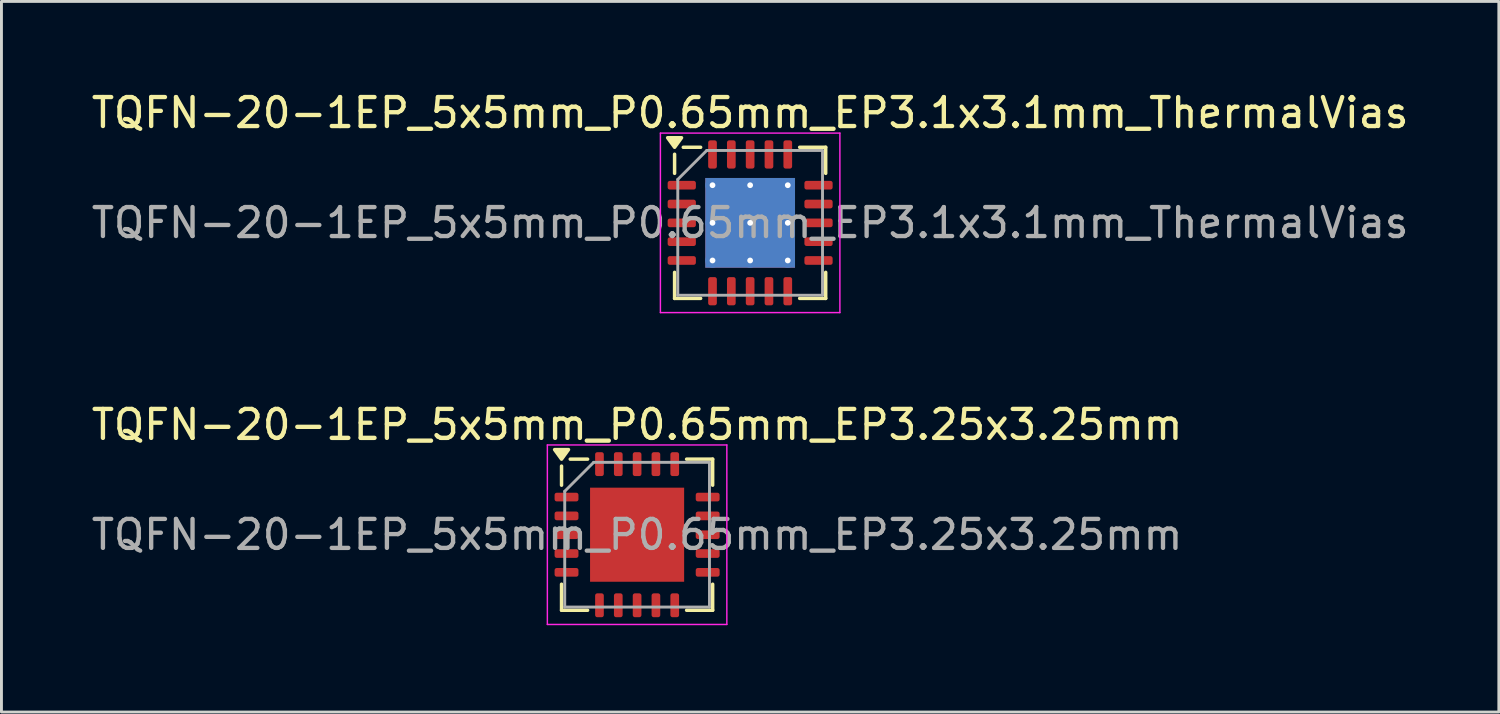
<source format=kicad_pcb>
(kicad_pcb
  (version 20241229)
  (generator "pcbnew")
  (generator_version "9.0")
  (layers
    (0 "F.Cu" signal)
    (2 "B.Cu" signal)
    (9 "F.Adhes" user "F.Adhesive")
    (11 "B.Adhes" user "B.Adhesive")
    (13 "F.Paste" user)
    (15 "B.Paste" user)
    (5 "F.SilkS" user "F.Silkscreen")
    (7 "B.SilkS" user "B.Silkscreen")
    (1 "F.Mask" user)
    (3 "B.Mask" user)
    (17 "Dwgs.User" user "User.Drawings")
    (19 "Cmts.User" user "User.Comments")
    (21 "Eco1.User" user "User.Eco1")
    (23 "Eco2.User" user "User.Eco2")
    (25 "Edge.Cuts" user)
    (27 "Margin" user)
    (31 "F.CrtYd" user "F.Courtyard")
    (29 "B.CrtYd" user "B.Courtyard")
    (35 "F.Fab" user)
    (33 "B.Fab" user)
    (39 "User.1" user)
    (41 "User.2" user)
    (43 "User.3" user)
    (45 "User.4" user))
  (footprint "TQFN-20-1EP_5x5mm_P0.65mm_EP3.1x3.1mm_ThermalVias"
    (layer "F.Cu")
    (at 22.863 4.648)
    (property "Reference" "TQFN-20-1EP_5x5mm_P0.65mm_EP3.1x3.1mm_ThermalVias" (at 0 -3.8 0) (layer "F.SilkS") (effects (font (size 1 1) (thickness 0.15))))
    (attr smd)
    (fp_line (start -2.61 -1.71) (end -2.61 -2.37) (stroke (width 0.12) (type solid)) (layer "F.SilkS"))
    (fp_line (start -2.61 2.61) (end -2.61 1.71) (stroke (width 0.12) (type solid)) (layer "F.SilkS"))
    (fp_line (start -1.71 -2.61) (end -2.31 -2.61) (stroke (width 0.12) (type solid)) (layer "F.SilkS"))
    (fp_line (start -1.71 2.61) (end -2.61 2.61) (stroke (width 0.12) (type solid)) (layer "F.SilkS"))
    (fp_line (start 1.71 -2.61) (end 2.61 -2.61) (stroke (width 0.12) (type solid)) (layer "F.SilkS"))
    (fp_line (start 1.71 2.61) (end 2.61 2.61) (stroke (width 0.12) (type solid)) (layer "F.SilkS"))
    (fp_line (start 2.61 -2.61) (end 2.61 -1.71) (stroke (width 0.12) (type solid)) (layer "F.SilkS"))
    (fp_line (start 2.61 2.61) (end 2.61 1.71) (stroke (width 0.12) (type solid)) (layer "F.SilkS"))
    (fp_poly (pts (xy -2.61 -2.61) (xy -2.85 -2.94) (xy -2.37 -2.94) (xy -2.61 -2.61)) (stroke (width 0.12) (type solid)) (fill yes) (layer "F.SilkS"))
    (fp_line (start -3.1 -3.1) (end -3.1 3.1) (stroke (width 0.05) (type solid)) (layer "F.CrtYd"))
    (fp_line (start -3.1 3.1) (end 3.1 3.1) (stroke (width 0.05) (type solid)) (layer "F.CrtYd"))
    (fp_line (start 3.1 -3.1) (end -3.1 -3.1) (stroke (width 0.05) (type solid)) (layer "F.CrtYd"))
    (fp_line (start 3.1 3.1) (end 3.1 -3.1) (stroke (width 0.05) (type solid)) (layer "F.CrtYd"))
    (fp_line (start -2.5 -1.5) (end -1.5 -2.5) (stroke (width 0.1) (type solid)) (layer "F.Fab"))
    (fp_line (start -2.5 2.5) (end -2.5 -1.5) (stroke (width 0.1) (type solid)) (layer "F.Fab"))
    (fp_line (start -1.5 -2.5) (end 2.5 -2.5) (stroke (width 0.1) (type solid)) (layer "F.Fab"))
    (fp_line (start 2.5 -2.5) (end 2.5 2.5) (stroke (width 0.1) (type solid)) (layer "F.Fab"))
    (fp_line (start 2.5 2.5) (end -2.5 2.5) (stroke (width 0.1) (type solid)) (layer "F.Fab"))
    (fp_text user "${REFERENCE}" (at 0 0 0) (layer "F.Fab") (effects (font (size 1 1) (thickness 0.15))))
    (pad "" smd roundrect (at -0.775 -0.775) (size 1.34 1.34) (layers "F.Paste") (roundrect_rratio 0.187))
    (pad "" smd roundrect (at -0.775 0.775) (size 1.34 1.34) (layers "F.Paste") (roundrect_rratio 0.187))
    (pad "" smd roundrect (at 0.775 -0.775) (size 1.34 1.34) (layers "F.Paste") (roundrect_rratio 0.187))
    (pad "" smd roundrect (at 0.775 0.775) (size 1.34 1.34) (layers "F.Paste") (roundrect_rratio 0.187))
    (pad "1" smd roundrect (at -2.362 -1.3) (size 0.975 0.3) (layers "F.Cu" "F.Mask" "F.Paste") (roundrect_rratio 0.25))
    (pad "2" smd roundrect (at -2.362 -0.65) (size 0.975 0.3) (layers "F.Cu" "F.Mask" "F.Paste") (roundrect_rratio 0.25))
    (pad "3" smd roundrect (at -2.362 0) (size 0.975 0.3) (layers "F.Cu" "F.Mask" "F.Paste") (roundrect_rratio 0.25))
    (pad "4" smd roundrect (at -2.362 0.65) (size 0.975 0.3) (layers "F.Cu" "F.Mask" "F.Paste") (roundrect_rratio 0.25))
    (pad "5" smd roundrect (at -2.362 1.3) (size 0.975 0.3) (layers "F.Cu" "F.Mask" "F.Paste") (roundrect_rratio 0.25))
    (pad "6" smd roundrect (at -1.3 2.362) (size 0.3 0.975) (layers "F.Cu" "F.Mask" "F.Paste") (roundrect_rratio 0.25))
    (pad "7" smd roundrect (at -0.65 2.362) (size 0.3 0.975) (layers "F.Cu" "F.Mask" "F.Paste") (roundrect_rratio 0.25))
    (pad "8" smd roundrect (at 0 2.362) (size 0.3 0.975) (layers "F.Cu" "F.Mask" "F.Paste") (roundrect_rratio 0.25))
    (pad "9" smd roundrect (at 0.65 2.362) (size 0.3 0.975) (layers "F.Cu" "F.Mask" "F.Paste") (roundrect_rratio 0.25))
    (pad "10" smd roundrect (at 1.3 2.362) (size 0.3 0.975) (layers "F.Cu" "F.Mask" "F.Paste") (roundrect_rratio 0.25))
    (pad "11" smd roundrect (at 2.362 1.3) (size 0.975 0.3) (layers "F.Cu" "F.Mask" "F.Paste") (roundrect_rratio 0.25))
    (pad "12" smd roundrect (at 2.362 0.65) (size 0.975 0.3) (layers "F.Cu" "F.Mask" "F.Paste") (roundrect_rratio 0.25))
    (pad "13" smd roundrect (at 2.362 0) (size 0.975 0.3) (layers "F.Cu" "F.Mask" "F.Paste") (roundrect_rratio 0.25))
    (pad "14" smd roundrect (at 2.362 -0.65) (size 0.975 0.3) (layers "F.Cu" "F.Mask" "F.Paste") (roundrect_rratio 0.25))
    (pad "15" smd roundrect (at 2.362 -1.3) (size 0.975 0.3) (layers "F.Cu" "F.Mask" "F.Paste") (roundrect_rratio 0.25))
    (pad "16" smd roundrect (at 1.3 -2.362) (size 0.3 0.975) (layers "F.Cu" "F.Mask" "F.Paste") (roundrect_rratio 0.25))
    (pad "17" smd roundrect (at 0.65 -2.362) (size 0.3 0.975) (layers "F.Cu" "F.Mask" "F.Paste") (roundrect_rratio 0.25))
    (pad "18" smd roundrect (at 0 -2.362) (size 0.3 0.975) (layers "F.Cu" "F.Mask" "F.Paste") (roundrect_rratio 0.25))
    (pad "19" smd roundrect (at -0.65 -2.362) (size 0.3 0.975) (layers "F.Cu" "F.Mask" "F.Paste") (roundrect_rratio 0.25))
    (pad "20" smd roundrect (at -1.3 -2.362) (size 0.3 0.975) (layers "F.Cu" "F.Mask" "F.Paste") (roundrect_rratio 0.25))
    (pad "21" thru_hole circle (at -1.3 -1.3) (size 0.5 0.5) (drill 0.2) (property pad_prop_heatsink) (layers "*.Cu"))
    (pad "21" thru_hole circle (at -1.3 0) (size 0.5 0.5) (drill 0.2) (property pad_prop_heatsink) (layers "*.Cu"))
    (pad "21" thru_hole circle (at -1.3 1.3) (size 0.5 0.5) (drill 0.2) (property pad_prop_heatsink) (layers "*.Cu"))
    (pad "21" thru_hole circle (at 0 -1.3) (size 0.5 0.5) (drill 0.2) (property pad_prop_heatsink) (layers "*.Cu"))
    (pad "21" thru_hole circle (at 0 0) (size 0.5 0.5) (drill 0.2) (property pad_prop_heatsink) (layers "*.Cu"))
    (pad "21" smd rect (at 0 0) (size 3.1 3.1) (property pad_prop_heatsink) (layers "F.Cu" "F.Mask"))
    (pad "21" smd rect (at 0 0) (size 3.1 3.1) (property pad_prop_heatsink) (layers "B.Cu"))
    (pad "21" thru_hole circle (at 0 1.3) (size 0.5 0.5) (drill 0.2) (property pad_prop_heatsink) (layers "*.Cu"))
    (pad "21" thru_hole circle (at 1.3 -1.3) (size 0.5 0.5) (drill 0.2) (property pad_prop_heatsink) (layers "*.Cu"))
    (pad "21" thru_hole circle (at 1.3 0) (size 0.5 0.5) (drill 0.2) (property pad_prop_heatsink) (layers "*.Cu"))
    (pad "21" thru_hole circle (at 1.3 1.3) (size 0.5 0.5) (drill 0.2) (property pad_prop_heatsink) (layers "*.Cu")))
  (footprint "TQFN-20-1EP_5x5mm_P0.65mm_EP3.25x3.25mm"
    (layer "F.Cu")
    (at 18.958 15.421)
    (property "Reference" "TQFN-20-1EP_5x5mm_P0.65mm_EP3.25x3.25mm" (at 0 -3.8 0) (layer "F.SilkS") (effects (font (size 1 1) (thickness 0.15))))
    (attr smd)
    (fp_line (start -2.61 -1.71) (end -2.61 -2.37) (stroke (width 0.12) (type solid)) (layer "F.SilkS"))
    (fp_line (start -2.61 2.61) (end -2.61 1.71) (stroke (width 0.12) (type solid)) (layer "F.SilkS"))
    (fp_line (start -1.71 -2.61) (end -2.31 -2.61) (stroke (width 0.12) (type solid)) (layer "F.SilkS"))
    (fp_line (start -1.71 2.61) (end -2.61 2.61) (stroke (width 0.12) (type solid)) (layer "F.SilkS"))
    (fp_line (start 1.71 -2.61) (end 2.61 -2.61) (stroke (width 0.12) (type solid)) (layer "F.SilkS"))
    (fp_line (start 1.71 2.61) (end 2.61 2.61) (stroke (width 0.12) (type solid)) (layer "F.SilkS"))
    (fp_line (start 2.61 -2.61) (end 2.61 -1.71) (stroke (width 0.12) (type solid)) (layer "F.SilkS"))
    (fp_line (start 2.61 2.61) (end 2.61 1.71) (stroke (width 0.12) (type solid)) (layer "F.SilkS"))
    (fp_poly (pts (xy -2.61 -2.61) (xy -2.85 -2.94) (xy -2.37 -2.94) (xy -2.61 -2.61)) (stroke (width 0.12) (type solid)) (fill yes) (layer "F.SilkS"))
    (fp_line (start -3.1 -3.1) (end -3.1 3.1) (stroke (width 0.05) (type solid)) (layer "F.CrtYd"))
    (fp_line (start -3.1 3.1) (end 3.1 3.1) (stroke (width 0.05) (type solid)) (layer "F.CrtYd"))
    (fp_line (start 3.1 -3.1) (end -3.1 -3.1) (stroke (width 0.05) (type solid)) (layer "F.CrtYd"))
    (fp_line (start 3.1 3.1) (end 3.1 -3.1) (stroke (width 0.05) (type solid)) (layer "F.CrtYd"))
    (fp_line (start -2.5 -1.5) (end -1.5 -2.5) (stroke (width 0.1) (type solid)) (layer "F.Fab"))
    (fp_line (start -2.5 2.5) (end -2.5 -1.5) (stroke (width 0.1) (type solid)) (layer "F.Fab"))
    (fp_line (start -1.5 -2.5) (end 2.5 -2.5) (stroke (width 0.1) (type solid)) (layer "F.Fab"))
    (fp_line (start 2.5 -2.5) (end 2.5 2.5) (stroke (width 0.1) (type solid)) (layer "F.Fab"))
    (fp_line (start 2.5 2.5) (end -2.5 2.5) (stroke (width 0.1) (type solid)) (layer "F.Fab"))
    (fp_text user "${REFERENCE}" (at 0 0 0) (layer "F.Fab") (effects (font (size 1 1) (thickness 0.15))))
    (pad "" smd roundrect (at -0.81 -0.81) (size 1.31 1.31) (layers "F.Paste") (roundrect_rratio 0.191))
    (pad "" smd roundrect (at -0.81 0.81) (size 1.31 1.31) (layers "F.Paste") (roundrect_rratio 0.191))
    (pad "" smd roundrect (at 0.81 -0.81) (size 1.31 1.31) (layers "F.Paste") (roundrect_rratio 0.191))
    (pad "" smd roundrect (at 0.81 0.81) (size 1.31 1.31) (layers "F.Paste") (roundrect_rratio 0.191))
    (pad "1" smd roundrect (at -2.438 -1.3) (size 0.825 0.3) (layers "F.Cu" "F.Mask" "F.Paste") (roundrect_rratio 0.25))
    (pad "2" smd roundrect (at -2.438 -0.65) (size 0.825 0.3) (layers "F.Cu" "F.Mask" "F.Paste") (roundrect_rratio 0.25))
    (pad "3" smd roundrect (at -2.438 0) (size 0.825 0.3) (layers "F.Cu" "F.Mask" "F.Paste") (roundrect_rratio 0.25))
    (pad "4" smd roundrect (at -2.438 0.65) (size 0.825 0.3) (layers "F.Cu" "F.Mask" "F.Paste") (roundrect_rratio 0.25))
    (pad "5" smd roundrect (at -2.438 1.3) (size 0.825 0.3) (layers "F.Cu" "F.Mask" "F.Paste") (roundrect_rratio 0.25))
    (pad "6" smd roundrect (at -1.3 2.438) (size 0.3 0.825) (layers "F.Cu" "F.Mask" "F.Paste") (roundrect_rratio 0.25))
    (pad "7" smd roundrect (at -0.65 2.438) (size 0.3 0.825) (layers "F.Cu" "F.Mask" "F.Paste") (roundrect_rratio 0.25))
    (pad "8" smd roundrect (at 0 2.438) (size 0.3 0.825) (layers "F.Cu" "F.Mask" "F.Paste") (roundrect_rratio 0.25))
    (pad "9" smd roundrect (at 0.65 2.438) (size 0.3 0.825) (layers "F.Cu" "F.Mask" "F.Paste") (roundrect_rratio 0.25))
    (pad "10" smd roundrect (at 1.3 2.438) (size 0.3 0.825) (layers "F.Cu" "F.Mask" "F.Paste") (roundrect_rratio 0.25))
    (pad "11" smd roundrect (at 2.438 1.3) (size 0.825 0.3) (layers "F.Cu" "F.Mask" "F.Paste") (roundrect_rratio 0.25))
    (pad "12" smd roundrect (at 2.438 0.65) (size 0.825 0.3) (layers "F.Cu" "F.Mask" "F.Paste") (roundrect_rratio 0.25))
    (pad "13" smd roundrect (at 2.438 0) (size 0.825 0.3) (layers "F.Cu" "F.Mask" "F.Paste") (roundrect_rratio 0.25))
    (pad "14" smd roundrect (at 2.438 -0.65) (size 0.825 0.3) (layers "F.Cu" "F.Mask" "F.Paste") (roundrect_rratio 0.25))
    (pad "15" smd roundrect (at 2.438 -1.3) (size 0.825 0.3) (layers "F.Cu" "F.Mask" "F.Paste") (roundrect_rratio 0.25))
    (pad "16" smd roundrect (at 1.3 -2.438) (size 0.3 0.825) (layers "F.Cu" "F.Mask" "F.Paste") (roundrect_rratio 0.25))
    (pad "17" smd roundrect (at 0.65 -2.438) (size 0.3 0.825) (layers "F.Cu" "F.Mask" "F.Paste") (roundrect_rratio 0.25))
    (pad "18" smd roundrect (at 0 -2.438) (size 0.3 0.825) (layers "F.Cu" "F.Mask" "F.Paste") (roundrect_rratio 0.25))
    (pad "19" smd roundrect (at -0.65 -2.438) (size 0.3 0.825) (layers "F.Cu" "F.Mask" "F.Paste") (roundrect_rratio 0.25))
    (pad "20" smd roundrect (at -1.3 -2.438) (size 0.3 0.825) (layers "F.Cu" "F.Mask" "F.Paste") (roundrect_rratio 0.25))
    (pad "21" smd rect (at 0 0) (size 3.25 3.25) (property pad_prop_heatsink) (layers "F.Cu" "F.Mask")))
  (gr_rect
    (start -3 -3)
    (end 48.726 21.547)
    (stroke (width 0.1) (type default))
    (fill no)
    (layer "Edge.Cuts")))
</source>
